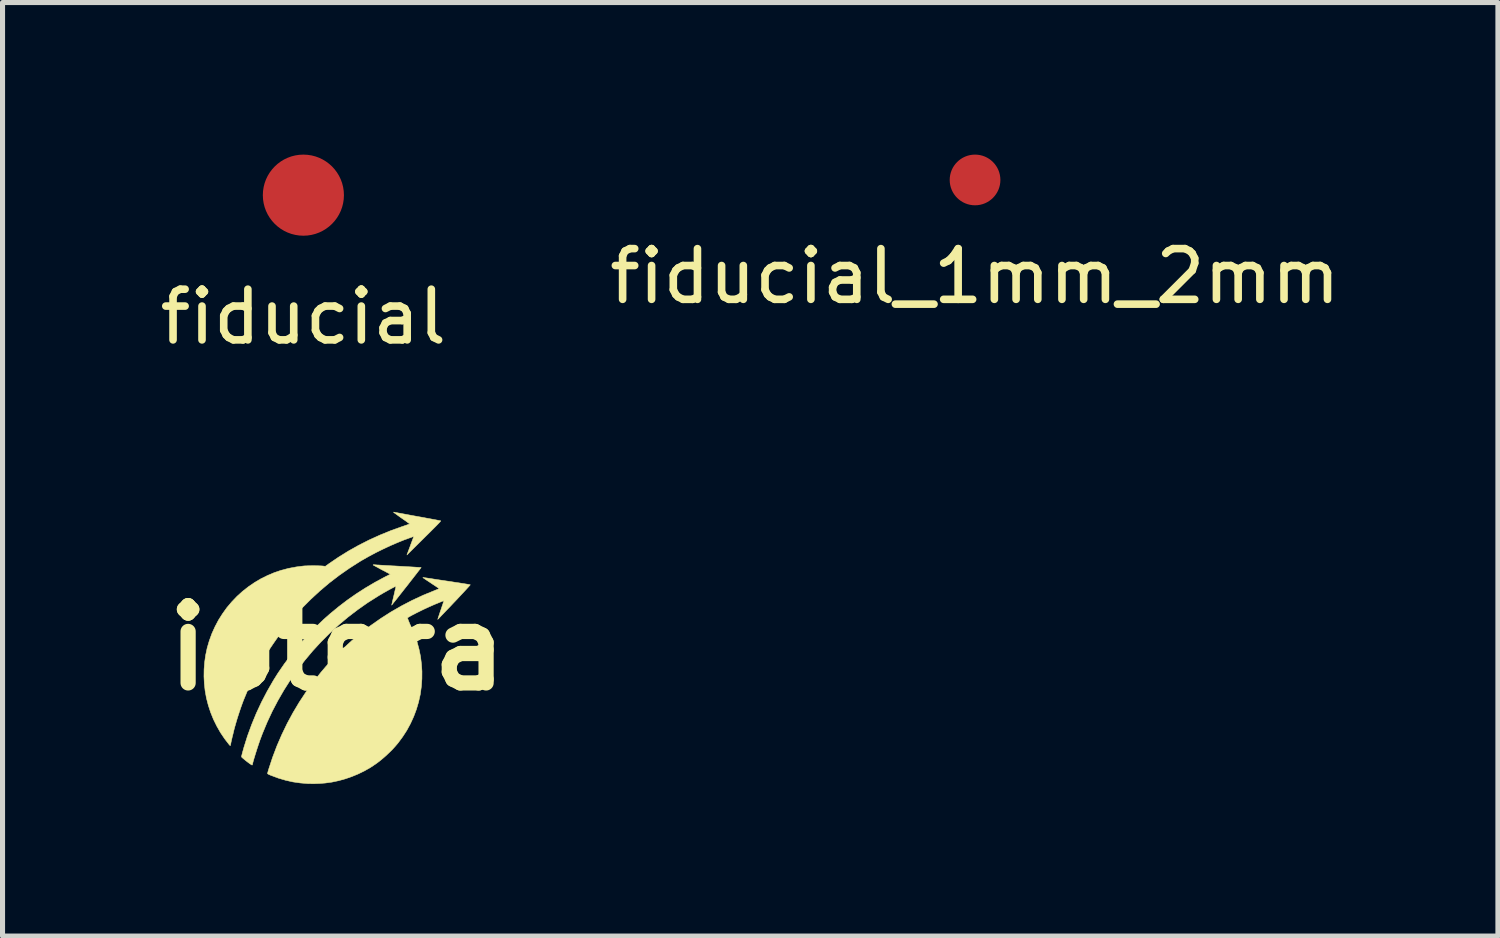
<source format=kicad_pcb>
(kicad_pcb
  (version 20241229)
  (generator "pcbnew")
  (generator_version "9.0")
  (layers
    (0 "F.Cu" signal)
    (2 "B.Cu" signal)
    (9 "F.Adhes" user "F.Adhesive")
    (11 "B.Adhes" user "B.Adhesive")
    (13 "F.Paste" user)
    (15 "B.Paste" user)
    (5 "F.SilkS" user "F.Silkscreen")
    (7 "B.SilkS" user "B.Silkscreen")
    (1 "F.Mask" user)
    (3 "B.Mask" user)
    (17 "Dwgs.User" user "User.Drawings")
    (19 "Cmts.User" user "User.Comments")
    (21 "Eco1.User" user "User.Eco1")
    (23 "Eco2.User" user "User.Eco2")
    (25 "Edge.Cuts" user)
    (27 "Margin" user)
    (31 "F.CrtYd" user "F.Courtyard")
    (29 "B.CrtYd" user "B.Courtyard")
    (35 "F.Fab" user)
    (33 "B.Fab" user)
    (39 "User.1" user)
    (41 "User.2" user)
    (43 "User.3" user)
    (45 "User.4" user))
  (footprint "fiducial"
    (layer "F.Cu")
    (at 2.935 0.8)
    (property "Reference" "fiducial" (at 0 2.4 0) (layer "F.SilkS") (effects (font (size 1 1) (thickness 0.15))))
    (attr through_hole)
    (pad "" smd circle (at 0 0) (size 1.6 1.6) (layers "F.Cu" "F.Mask")))
  (footprint "fiducial_1mm_2mm"
    (layer "F.Cu")
    (at 16.185 0.5)
    (property "Reference" "fiducial_1mm_2mm" (at 0 1.9 0) (layer "F.SilkS") (effects (font (size 1 1) (thickness 0.15))))
    (attr through_hole)
    (pad "" smd circle (at 0 0) (size 1 1) (layers "F.Cu" "F.Mask")))
  (footprint "iotera"
    (layer "F.Cu")
    (at 3.6 9.733)
    (property "Reference" "iotera" (at 0 0 0) (layer "F.SilkS") (effects (font (size 1.524 1.524) (thickness 0.3))))
    (attr through_hole)
    (fp_poly (pts (xy 0.736 -1.642) (xy 0.751 -1.641) (xy 0.764 -1.64) (xy 0.786 -1.638) (xy 0.818 -1.637) (xy 0.857 -1.634) (xy 0.904 -1.631) (xy 0.956 -1.628) (xy 1.014 -1.625) (xy 1.076 -1.621) (xy 1.142 -1.618) (xy 1.21 -1.614) (xy 1.227 -1.613) (xy 1.294 -1.609) (xy 1.358 -1.605) (xy 1.417 -1.602) (xy 1.473 -1.599) (xy 1.522 -1.596) (xy 1.565 -1.593) (xy 1.601 -1.591) (xy 1.629 -1.589) (xy 1.648 -1.588) (xy 1.657 -1.587) (xy 1.658 -1.587) (xy 1.655 -1.582) (xy 1.645 -1.57) (xy 1.631 -1.55) (xy 1.61 -1.524) (xy 1.585 -1.492) (xy 1.556 -1.454) (xy 1.523 -1.412) (xy 1.487 -1.365) (xy 1.447 -1.315) (xy 1.406 -1.261) (xy 1.369 -1.214) (xy 1.325 -1.159) (xy 1.284 -1.106) (xy 1.245 -1.057) (xy 1.209 -1.011) (xy 1.176 -0.969) (xy 1.147 -0.933) (xy 1.122 -0.902) (xy 1.102 -0.877) (xy 1.088 -0.859) (xy 1.079 -0.848) (xy 1.077 -0.845) (xy 1.078 -0.851) (xy 1.081 -0.866) (xy 1.086 -0.888) (xy 1.092 -0.918) (xy 1.101 -0.954) (xy 1.11 -0.993) (xy 1.119 -1.03) (xy 1.129 -1.073) (xy 1.138 -1.113) (xy 1.146 -1.148) (xy 1.153 -1.177) (xy 1.158 -1.199) (xy 1.161 -1.213) (xy 1.162 -1.218) (xy 1.157 -1.217) (xy 1.145 -1.211) (xy 1.125 -1.202) (xy 1.099 -1.188) (xy 1.068 -1.172) (xy 1.033 -1.153) (xy 0.995 -1.132) (xy 0.955 -1.109) (xy 0.915 -1.087) (xy 0.875 -1.063) (xy 0.837 -1.041) (xy 0.811 -1.025) (xy 0.605 -0.895) (xy 0.407 -0.756) (xy 0.215 -0.609) (xy 0.03 -0.454) (xy -0.147 -0.291) (xy -0.317 -0.121) (xy -0.48 0.056) (xy -0.634 0.24) (xy -0.781 0.43) (xy -0.919 0.626) (xy -1.048 0.829) (xy -1.168 1.037) (xy -1.28 1.25) (xy -1.382 1.469) (xy -1.475 1.693) (xy -1.523 1.821) (xy -1.536 1.86) (xy -1.551 1.903) (xy -1.566 1.949) (xy -1.582 1.997) (xy -1.597 2.045) (xy -1.612 2.092) (xy -1.626 2.138) (xy -1.639 2.181) (xy -1.65 2.219) (xy -1.659 2.251) (xy -1.665 2.276) (xy -1.669 2.294) (xy -1.67 2.3) (xy -1.672 2.307) (xy -1.678 2.309) (xy -1.689 2.304) (xy -1.706 2.293) (xy -1.722 2.283) (xy -1.75 2.262) (xy -1.778 2.241) (xy -1.806 2.219) (xy -1.831 2.198) (xy -1.853 2.18) (xy -1.871 2.164) (xy -1.882 2.153) (xy -1.886 2.147) (xy -1.885 2.136) (xy -1.88 2.116) (xy -1.873 2.088) (xy -1.864 2.053) (xy -1.852 2.012) (xy -1.84 1.967) (xy -1.768 1.737) (xy -1.685 1.51) (xy -1.593 1.287) (xy -1.491 1.068) (xy -1.379 0.853) (xy -1.259 0.644) (xy -1.169 0.5) (xy -1.039 0.311) (xy -0.9 0.124) (xy -0.752 -0.057) (xy -0.597 -0.233) (xy -0.434 -0.402) (xy -0.265 -0.563) (xy -0.135 -0.678) (xy 0.028 -0.812) (xy 0.198 -0.942) (xy 0.375 -1.066) (xy 0.557 -1.183) (xy 0.741 -1.292) (xy 0.926 -1.392) (xy 0.973 -1.416) (xy 1.05 -1.455) (xy 0.883 -1.543) (xy 0.844 -1.564) (xy 0.808 -1.584) (xy 0.776 -1.601) (xy 0.749 -1.616) (xy 0.728 -1.627) (xy 0.715 -1.635) (xy 0.711 -1.638) (xy 0.711 -1.641) (xy 0.719 -1.642) (xy 0.736 -1.642)) (stroke (width 0.01) (type solid)) (fill yes) (layer "F.SilkS"))
    (fp_poly (pts (xy 1.124 -2.679) (xy 1.131 -2.678) (xy 1.148 -2.674) (xy 1.175 -2.67) (xy 1.209 -2.663) (xy 1.251 -2.656) (xy 1.299 -2.647) (xy 1.353 -2.637) (xy 1.412 -2.626) (xy 1.476 -2.614) (xy 1.542 -2.602) (xy 1.586 -2.594) (xy 1.654 -2.582) (xy 1.72 -2.57) (xy 1.781 -2.558) (xy 1.839 -2.548) (xy 1.89 -2.538) (xy 1.936 -2.53) (xy 1.975 -2.522) (xy 2.005 -2.516) (xy 2.028 -2.512) (xy 2.041 -2.509) (xy 2.044 -2.509) (xy 2.044 -2.506) (xy 2.041 -2.501) (xy 2.034 -2.492) (xy 2.023 -2.48) (xy 2.007 -2.463) (xy 1.986 -2.441) (xy 1.96 -2.414) (xy 1.928 -2.382) (xy 1.89 -2.344) (xy 1.846 -2.3) (xy 1.795 -2.249) (xy 1.736 -2.191) (xy 1.716 -2.171) (xy 1.378 -1.836) (xy 1.393 -1.876) (xy 1.398 -1.892) (xy 1.407 -1.916) (xy 1.419 -1.947) (xy 1.432 -1.982) (xy 1.446 -2.02) (xy 1.459 -2.056) (xy 1.473 -2.093) (xy 1.485 -2.126) (xy 1.496 -2.154) (xy 1.504 -2.177) (xy 1.509 -2.192) (xy 1.511 -2.198) (xy 1.511 -2.198) (xy 1.505 -2.197) (xy 1.491 -2.193) (xy 1.469 -2.185) (xy 1.44 -2.175) (xy 1.406 -2.163) (xy 1.369 -2.149) (xy 1.329 -2.135) (xy 1.193 -2.08) (xy 1.051 -2.019) (xy 0.908 -1.952) (xy 0.766 -1.882) (xy 0.627 -1.808) (xy 0.495 -1.733) (xy 0.446 -1.704) (xy 0.241 -1.573) (xy 0.042 -1.434) (xy -0.151 -1.286) (xy -0.337 -1.129) (xy -0.517 -0.963) (xy -0.691 -0.789) (xy -0.858 -0.607) (xy -0.954 -0.494) (xy -1.014 -0.42) (xy -1.078 -0.338) (xy -1.143 -0.251) (xy -1.207 -0.161) (xy -1.271 -0.069) (xy -1.331 0.021) (xy -1.387 0.108) (xy -1.425 0.17) (xy -1.538 0.367) (xy -1.644 0.571) (xy -1.742 0.78) (xy -1.83 0.991) (xy -1.851 1.043) (xy -1.874 1.105) (xy -1.899 1.175) (xy -1.924 1.249) (xy -1.949 1.325) (xy -1.973 1.4) (xy -1.994 1.472) (xy -2.009 1.524) (xy -2.02 1.562) (xy -2.031 1.603) (xy -2.042 1.648) (xy -2.053 1.695) (xy -2.065 1.741) (xy -2.075 1.784) (xy -2.084 1.824) (xy -2.092 1.859) (xy -2.097 1.886) (xy -2.1 1.901) (xy -2.103 1.916) (xy -2.106 1.925) (xy -2.107 1.926) (xy -2.112 1.924) (xy -2.121 1.915) (xy -2.127 1.909) (xy -2.217 1.793) (xy -2.3 1.67) (xy -2.373 1.542) (xy -2.439 1.408) (xy -2.495 1.27) (xy -2.541 1.129) (xy -2.578 0.986) (xy -2.604 0.842) (xy -2.604 0.84) (xy -2.619 0.703) (xy -2.626 0.563) (xy -2.624 0.421) (xy -2.613 0.282) (xy -2.594 0.146) (xy -2.594 0.146) (xy -2.563 -0.001) (xy -2.521 -0.144) (xy -2.47 -0.284) (xy -2.409 -0.419) (xy -2.34 -0.55) (xy -2.261 -0.675) (xy -2.175 -0.795) (xy -2.08 -0.908) (xy -1.977 -1.016) (xy -1.867 -1.116) (xy -1.75 -1.208) (xy -1.626 -1.293) (xy -1.506 -1.364) (xy -1.373 -1.43) (xy -1.238 -1.487) (xy -1.099 -1.534) (xy -0.955 -1.571) (xy -0.806 -1.599) (xy -0.673 -1.616) (xy -0.644 -1.619) (xy -0.607 -1.62) (xy -0.565 -1.622) (xy -0.518 -1.622) (xy -0.47 -1.623) (xy -0.422 -1.622) (xy -0.377 -1.622) (xy -0.336 -1.62) (xy -0.303 -1.619) (xy -0.282 -1.617) (xy -0.232 -1.611) (xy -0.163 -1.661) (xy 0.025 -1.789) (xy 0.221 -1.911) (xy 0.424 -2.025) (xy 0.633 -2.131) (xy 0.847 -2.228) (xy 1.065 -2.317) (xy 1.286 -2.396) (xy 1.293 -2.398) (xy 1.33 -2.411) (xy 1.363 -2.422) (xy 1.391 -2.432) (xy 1.412 -2.44) (xy 1.427 -2.445) (xy 1.432 -2.448) (xy 1.432 -2.448) (xy 1.428 -2.451) (xy 1.415 -2.461) (xy 1.396 -2.474) (xy 1.372 -2.492) (xy 1.342 -2.514) (xy 1.308 -2.537) (xy 1.277 -2.559) (xy 1.241 -2.584) (xy 1.208 -2.608) (xy 1.178 -2.63) (xy 1.153 -2.648) (xy 1.133 -2.662) (xy 1.121 -2.671) (xy 1.117 -2.675) (xy 1.114 -2.68) (xy 1.119 -2.68) (xy 1.124 -2.679)) (stroke (width 0.01) (type solid)) (fill yes) (layer "F.SilkS"))
    (fp_poly (pts (xy 1.71 -1.389) (xy 1.73 -1.386) (xy 1.752 -1.383) (xy 1.768 -1.381) (xy 1.793 -1.377) (xy 1.826 -1.372) (xy 1.868 -1.366) (xy 1.916 -1.358) (xy 1.969 -1.35) (xy 2.028 -1.341) (xy 2.09 -1.332) (xy 2.155 -1.322) (xy 2.217 -1.313) (xy 2.282 -1.303) (xy 2.344 -1.293) (xy 2.402 -1.285) (xy 2.455 -1.276) (xy 2.502 -1.269) (xy 2.544 -1.262) (xy 2.577 -1.257) (xy 2.603 -1.252) (xy 2.62 -1.249) (xy 2.627 -1.248) (xy 2.627 -1.248) (xy 2.625 -1.243) (xy 2.615 -1.231) (xy 2.598 -1.212) (xy 2.575 -1.187) (xy 2.546 -1.155) (xy 2.511 -1.117) (xy 2.471 -1.074) (xy 2.425 -1.025) (xy 2.375 -0.971) (xy 2.32 -0.913) (xy 2.31 -0.903) (xy 2.262 -0.852) (xy 2.216 -0.803) (xy 2.172 -0.758) (xy 2.132 -0.716) (xy 2.095 -0.677) (xy 2.063 -0.644) (xy 2.036 -0.615) (xy 2.014 -0.592) (xy 1.998 -0.576) (xy 1.988 -0.566) (xy 1.985 -0.564) (xy 1.987 -0.569) (xy 1.991 -0.583) (xy 1.998 -0.606) (xy 2.008 -0.635) (xy 2.019 -0.669) (xy 2.032 -0.708) (xy 2.046 -0.748) (xy 2.06 -0.79) (xy 2.073 -0.829) (xy 2.085 -0.863) (xy 2.094 -0.892) (xy 2.101 -0.914) (xy 2.105 -0.928) (xy 2.106 -0.932) (xy 2.101 -0.931) (xy 2.087 -0.926) (xy 2.066 -0.918) (xy 2.039 -0.907) (xy 2.008 -0.894) (xy 1.974 -0.88) (xy 1.939 -0.866) (xy 1.904 -0.851) (xy 1.87 -0.836) (xy 1.839 -0.822) (xy 1.837 -0.822) (xy 1.794 -0.802) (xy 1.748 -0.781) (xy 1.701 -0.759) (xy 1.654 -0.736) (xy 1.608 -0.713) (xy 1.563 -0.691) (xy 1.522 -0.669) (xy 1.484 -0.65) (xy 1.451 -0.632) (xy 1.424 -0.617) (xy 1.404 -0.605) (xy 1.392 -0.596) (xy 1.389 -0.592) (xy 1.391 -0.584) (xy 1.397 -0.569) (xy 1.405 -0.546) (xy 1.416 -0.519) (xy 1.428 -0.49) (xy 1.441 -0.459) (xy 1.454 -0.429) (xy 1.466 -0.401) (xy 1.477 -0.378) (xy 1.477 -0.377) (xy 1.533 -0.247) (xy 1.58 -0.112) (xy 1.617 0.027) (xy 1.646 0.17) (xy 1.664 0.315) (xy 1.674 0.461) (xy 1.673 0.608) (xy 1.663 0.754) (xy 1.643 0.9) (xy 1.64 0.919) (xy 1.607 1.067) (xy 1.564 1.212) (xy 1.511 1.353) (xy 1.448 1.491) (xy 1.376 1.624) (xy 1.293 1.752) (xy 1.202 1.875) (xy 1.202 1.875) (xy 1.146 1.941) (xy 1.083 2.01) (xy 1.013 2.078) (xy 0.941 2.145) (xy 0.867 2.208) (xy 0.794 2.265) (xy 0.767 2.284) (xy 0.657 2.358) (xy 0.539 2.425) (xy 0.416 2.485) (xy 0.29 2.537) (xy 0.16 2.582) (xy 0.029 2.618) (xy -0.102 2.646) (xy -0.232 2.664) (xy -0.351 2.673) (xy -0.382 2.674) (xy -0.41 2.675) (xy -0.434 2.676) (xy -0.451 2.677) (xy -0.454 2.677) (xy -0.467 2.677) (xy -0.489 2.677) (xy -0.517 2.676) (xy -0.549 2.676) (xy -0.576 2.675) (xy -0.725 2.663) (xy -0.872 2.642) (xy -1.018 2.609) (xy -1.163 2.566) (xy -1.307 2.512) (xy -1.315 2.509) (xy -1.342 2.497) (xy -1.362 2.487) (xy -1.371 2.479) (xy -1.373 2.477) (xy -1.371 2.469) (xy -1.367 2.453) (xy -1.361 2.431) (xy -1.353 2.404) (xy -1.349 2.39) (xy -1.273 2.159) (xy -1.187 1.932) (xy -1.091 1.71) (xy -0.986 1.492) (xy -0.871 1.279) (xy -0.747 1.071) (xy -0.614 0.869) (xy -0.471 0.673) (xy -0.32 0.482) (xy -0.225 0.37) (xy -0.062 0.192) (xy 0.109 0.021) (xy 0.287 -0.142) (xy 0.472 -0.297) (xy 0.663 -0.443) (xy 0.86 -0.581) (xy 1.063 -0.711) (xy 1.272 -0.831) (xy 1.485 -0.942) (xy 1.703 -1.043) (xy 1.926 -1.134) (xy 1.929 -1.136) (xy 1.957 -1.147) (xy 1.981 -1.156) (xy 2 -1.164) (xy 2.012 -1.168) (xy 2.015 -1.17) (xy 2.011 -1.173) (xy 1.999 -1.182) (xy 1.98 -1.195) (xy 1.955 -1.212) (xy 1.925 -1.232) (xy 1.89 -1.255) (xy 1.854 -1.279) (xy 1.817 -1.304) (xy 1.782 -1.327) (xy 1.752 -1.347) (xy 1.727 -1.364) (xy 1.708 -1.377) (xy 1.696 -1.386) (xy 1.692 -1.389) (xy 1.697 -1.39) (xy 1.71 -1.389)) (stroke (width 0.01) (type solid)) (fill yes) (layer "F.SilkS")))
  (gr_rect
    (start -3 -3)
    (end 26.5 15.416)
    (stroke (width 0.1) (type default))
    (fill no)
    (layer "Edge.Cuts")))
</source>
